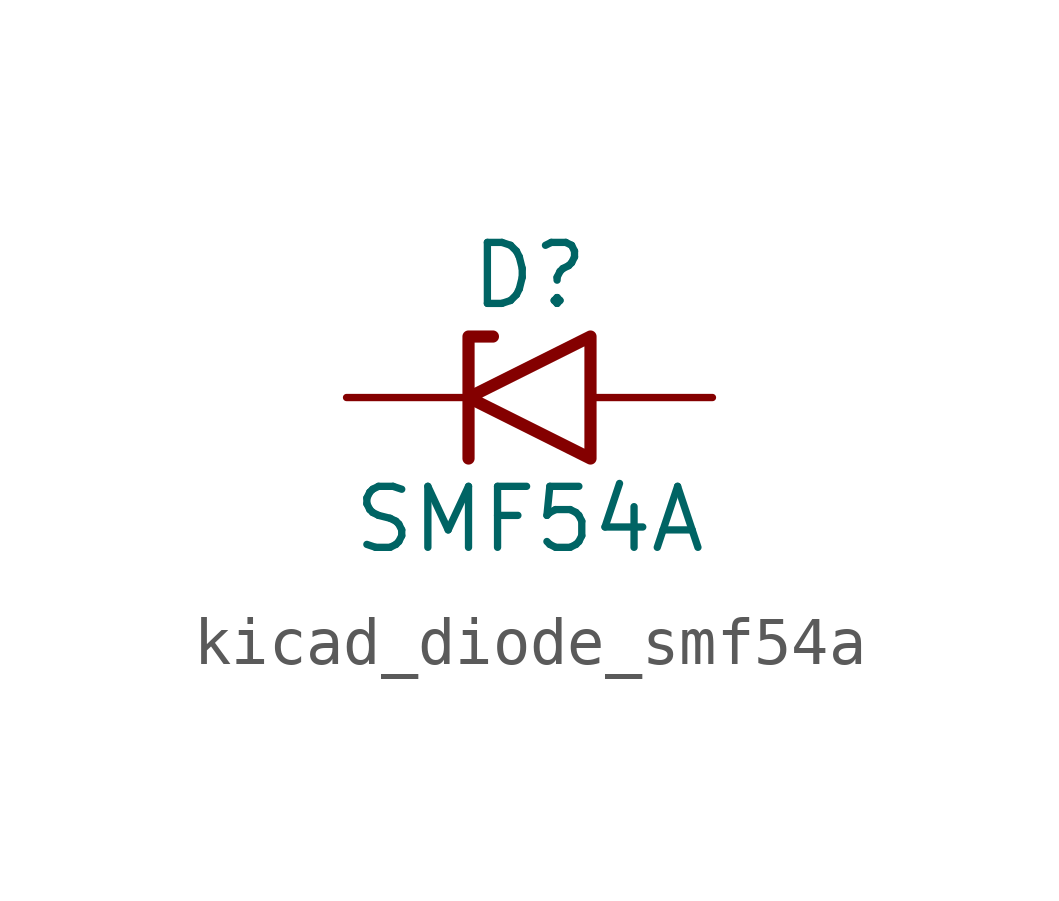
<source format=kicad_sym>
(kicad_symbol_lib
  (version 20220914)
  (generator kicad_symbol_editor)
  (symbol "kicad_diode_smf54a"
    (pin_numbers hide)
    (pin_names
      (offset 1.016) hide)
    (property "Reference" "D"
      (at 0 2.54 0)
      (effects (font (size 1.27 1.27))))
    (property "Value" "SMF54A"
      (at 0 -2.54 0)
      (effects (font (size 1.27 1.27))))
    (symbol "kicad_diode_smf54a_0_1"
      (polyline (pts (xy -0.762 1.27) (xy -1.27 1.27) (xy -1.27 -1.27)) (stroke (width 0.254) (type default)) (fill (type none)))
      (polyline (pts (xy 1.27 1.27) (xy 1.27 -1.27) (xy -1.27 0) (xy 1.27 1.27)) (stroke (width 0.254) (type default)) (fill (type none))))
    (symbol "kicad_diode_smf54a_1_1"
      (pin passive line (at -3.81 0 0) (length 2.54) (name "A1" (effects (font (size 1.27 1.27)))) (number "1" (effects (font (size 1.27 1.27)))))
      (pin passive line (at 3.81 0 180) (length 2.54) (name "A2" (effects (font (size 1.27 1.27)))) (number "2" (effects (font (size 1.27 1.27))))))))
</source>
